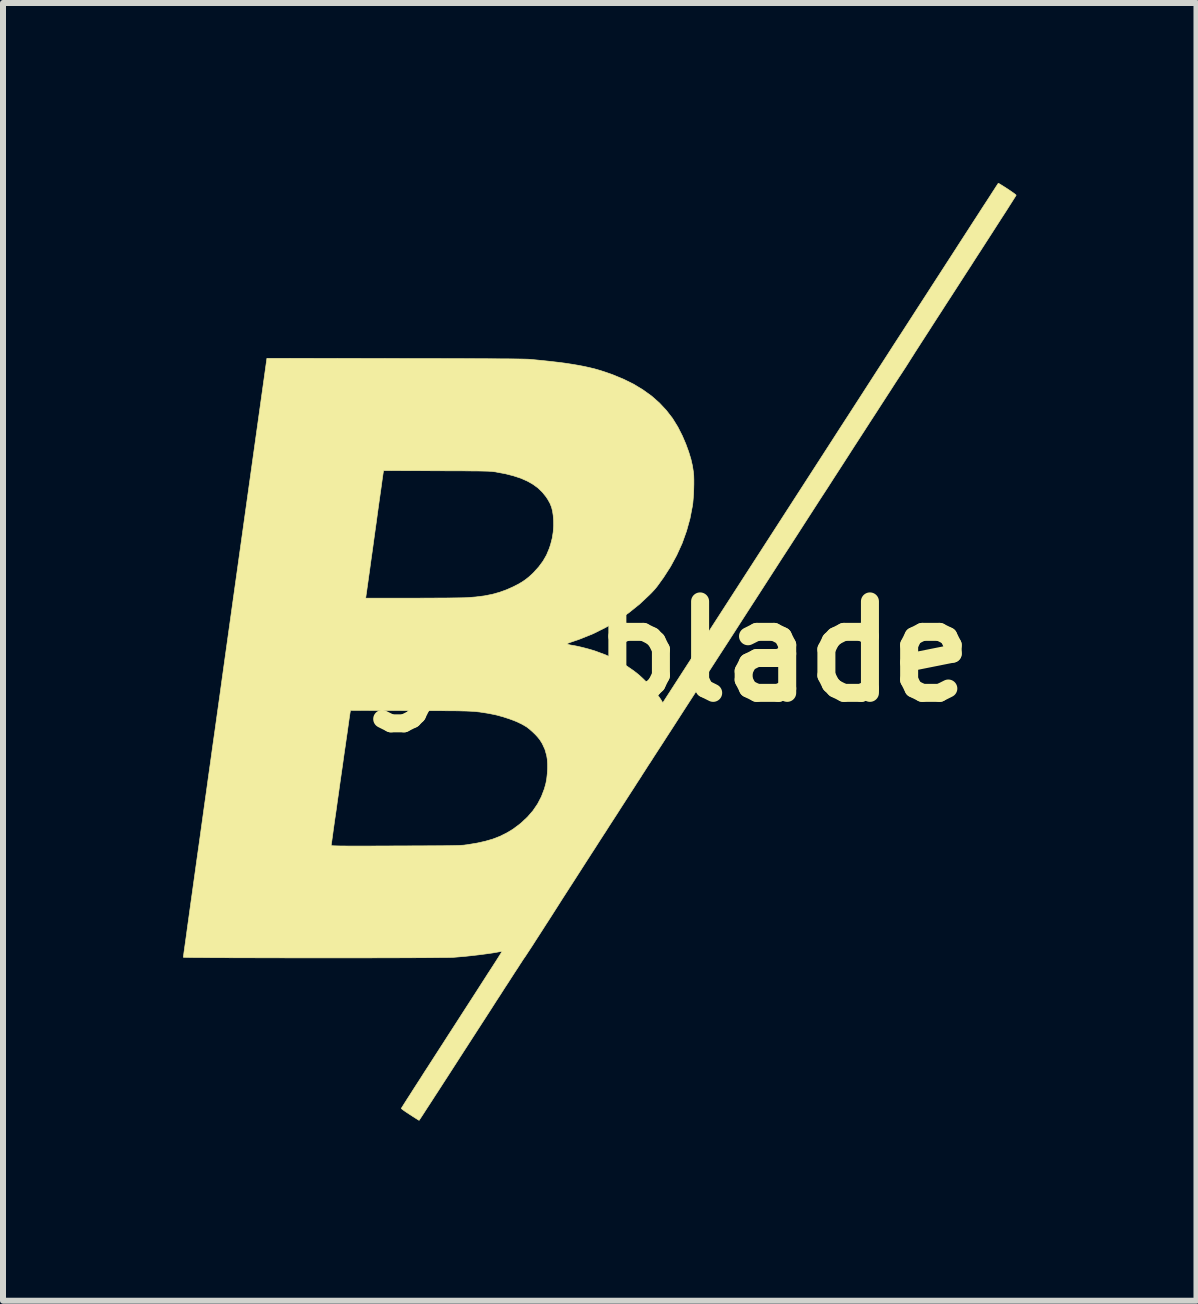
<source format=kicad_pcb>
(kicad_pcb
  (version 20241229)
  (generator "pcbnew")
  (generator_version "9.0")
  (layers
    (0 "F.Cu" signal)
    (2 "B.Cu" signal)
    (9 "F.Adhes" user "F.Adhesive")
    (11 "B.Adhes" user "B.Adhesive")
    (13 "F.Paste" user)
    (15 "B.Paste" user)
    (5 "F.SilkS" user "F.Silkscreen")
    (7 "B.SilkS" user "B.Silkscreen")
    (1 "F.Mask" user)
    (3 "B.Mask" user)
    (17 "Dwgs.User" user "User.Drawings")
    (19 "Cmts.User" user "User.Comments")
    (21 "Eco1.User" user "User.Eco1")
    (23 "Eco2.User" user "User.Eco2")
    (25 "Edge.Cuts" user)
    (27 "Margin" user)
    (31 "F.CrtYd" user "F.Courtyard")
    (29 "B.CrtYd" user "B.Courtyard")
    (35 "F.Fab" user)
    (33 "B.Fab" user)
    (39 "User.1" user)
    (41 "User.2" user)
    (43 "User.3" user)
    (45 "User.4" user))
  (footprint "logo_blade"
    (layer "F.Cu")
    (at 6.948 7.807)
    (property "Reference" "logo_blade" (at 0 0 0) (layer "F.SilkS") (effects (font (size 1.524 1.524) (thickness 0.3))))
    (attr through_hole)
    (fp_poly (pts (xy 6.647 -7.799) (xy 6.667 -7.788) (xy 6.696 -7.77) (xy 6.731 -7.748) (xy 6.77 -7.723) (xy 6.81 -7.697) (xy 6.848 -7.671) (xy 6.883 -7.647) (xy 6.91 -7.627) (xy 6.929 -7.612) (xy 6.936 -7.604) (xy 6.936 -7.604) (xy 6.931 -7.596) (xy 6.918 -7.574) (xy 6.896 -7.54) (xy 6.867 -7.494) (xy 6.83 -7.436) (xy 6.787 -7.368) (xy 6.737 -7.29) (xy 6.681 -7.204) (xy 6.62 -7.109) (xy 6.554 -7.006) (xy 6.483 -6.896) (xy 6.409 -6.781) (xy 6.331 -6.66) (xy 6.25 -6.535) (xy 6.167 -6.405) (xy 6.162 -6.398) (xy 6.05 -6.225) (xy 5.947 -6.065) (xy 5.852 -5.918) (xy 5.765 -5.784) (xy 5.686 -5.661) (xy 5.614 -5.55) (xy 5.549 -5.449) (xy 5.49 -5.357) (xy 5.437 -5.275) (xy 5.39 -5.202) (xy 5.348 -5.137) (xy 5.311 -5.079) (xy 5.278 -5.028) (xy 5.249 -4.983) (xy 5.224 -4.943) (xy 5.202 -4.909) (xy 5.183 -4.879) (xy 5.166 -4.852) (xy 5.151 -4.828) (xy 5.139 -4.809) (xy 5.121 -4.781) (xy 5.096 -4.741) (xy 5.065 -4.694) (xy 5.032 -4.643) (xy 4.997 -4.59) (xy 4.982 -4.568) (xy 4.97 -4.549) (xy 4.949 -4.517) (xy 4.919 -4.471) (xy 4.881 -4.412) (xy 4.836 -4.342) (xy 4.782 -4.259) (xy 4.722 -4.166) (xy 4.654 -4.061) (xy 4.58 -3.946) (xy 4.499 -3.822) (xy 4.413 -3.688) (xy 4.321 -3.546) (xy 4.223 -3.395) (xy 4.121 -3.236) (xy 4.014 -3.07) (xy 3.902 -2.897) (xy 3.787 -2.718) (xy 3.667 -2.534) (xy 3.544 -2.343) (xy 3.418 -2.148) (xy 3.29 -1.949) (xy 3.159 -1.746) (xy 3.025 -1.54) (xy 2.906 -1.355) (xy 2.771 -1.146) (xy 2.639 -0.941) (xy 2.509 -0.74) (xy 2.381 -0.542) (xy 2.257 -0.349) (xy 2.136 -0.161) (xy 2.018 0.021) (xy 1.904 0.197) (xy 1.795 0.366) (xy 1.69 0.529) (xy 1.59 0.684) (xy 1.495 0.831) (xy 1.405 0.97) (xy 1.322 1.099) (xy 1.244 1.22) (xy 1.173 1.33) (xy 1.108 1.43) (xy 1.051 1.519) (xy 1.001 1.596) (xy 0.958 1.662) (xy 0.923 1.716) (xy 0.897 1.756) (xy 0.879 1.784) (xy 0.871 1.797) (xy 0.844 1.839) (xy 0.81 1.89) (xy 0.773 1.948) (xy 0.736 2.006) (xy 0.7 2.061) (xy 0.699 2.064) (xy 0.681 2.092) (xy 0.654 2.134) (xy 0.619 2.187) (xy 0.578 2.252) (xy 0.53 2.326) (xy 0.477 2.408) (xy 0.419 2.498) (xy 0.357 2.594) (xy 0.292 2.696) (xy 0.224 2.801) (xy 0.154 2.909) (xy 0.084 3.019) (xy 0.073 3.035) (xy -0.002 3.151) (xy -0.078 3.27) (xy -0.155 3.389) (xy -0.231 3.507) (xy -0.306 3.624) (xy -0.378 3.736) (xy -0.447 3.844) (xy -0.512 3.944) (xy -0.571 4.036) (xy -0.624 4.118) (xy -0.669 4.189) (xy -0.697 4.233) (xy -0.769 4.346) (xy -0.838 4.454) (xy -0.904 4.556) (xy -0.966 4.653) (xy -1.024 4.743) (xy -1.077 4.825) (xy -1.124 4.899) (xy -1.166 4.963) (xy -1.201 5.016) (xy -1.229 5.059) (xy -1.249 5.089) (xy -1.261 5.106) (xy -1.264 5.109) (xy -1.269 5.118) (xy -1.284 5.139) (xy -1.306 5.174) (xy -1.337 5.221) (xy -1.374 5.279) (xy -1.419 5.347) (xy -1.47 5.426) (xy -1.527 5.515) (xy -1.59 5.611) (xy -1.657 5.716) (xy -1.73 5.828) (xy -1.806 5.947) (xy -1.886 6.071) (xy -1.97 6.201) (xy -2.056 6.334) (xy -2.142 6.467) (xy -2.231 6.605) (xy -2.317 6.738) (xy -2.4 6.867) (xy -2.48 6.991) (xy -2.556 7.109) (xy -2.628 7.22) (xy -2.695 7.324) (xy -2.757 7.419) (xy -2.813 7.506) (xy -2.864 7.584) (xy -2.908 7.652) (xy -2.944 7.708) (xy -2.974 7.754) (xy -2.996 7.787) (xy -3.009 7.807) (xy -3.014 7.814) (xy -3.022 7.809) (xy -3.042 7.797) (xy -3.072 7.778) (xy -3.11 7.754) (xy -3.153 7.726) (xy -3.164 7.719) (xy -3.208 7.69) (xy -3.247 7.664) (xy -3.278 7.642) (xy -3.3 7.625) (xy -3.31 7.616) (xy -3.31 7.615) (xy -3.306 7.607) (xy -3.293 7.586) (xy -3.271 7.551) (xy -3.242 7.505) (xy -3.205 7.447) (xy -3.161 7.379) (xy -3.111 7.3) (xy -3.055 7.213) (xy -2.993 7.117) (xy -2.927 7.013) (xy -2.855 6.902) (xy -2.779 6.784) (xy -2.7 6.661) (xy -2.617 6.533) (xy -2.532 6.4) (xy -2.469 6.303) (xy -2.382 6.168) (xy -2.297 6.036) (xy -2.216 5.91) (xy -2.137 5.788) (xy -2.063 5.673) (xy -1.993 5.564) (xy -1.928 5.463) (xy -1.868 5.369) (xy -1.813 5.285) (xy -1.765 5.21) (xy -1.723 5.145) (xy -1.689 5.091) (xy -1.662 5.048) (xy -1.643 5.018) (xy -1.632 5.001) (xy -1.63 4.997) (xy -1.638 4.998) (xy -1.659 5.001) (xy -1.689 5.006) (xy -1.698 5.008) (xy -1.791 5.024) (xy -1.897 5.039) (xy -2.011 5.054) (xy -2.132 5.068) (xy -2.253 5.081) (xy -2.372 5.091) (xy -2.445 5.097) (xy -2.469 5.098) (xy -2.508 5.099) (xy -2.561 5.1) (xy -2.628 5.1) (xy -2.708 5.101) (xy -2.799 5.102) (xy -2.902 5.103) (xy -3.015 5.103) (xy -3.137 5.104) (xy -3.267 5.104) (xy -3.406 5.105) (xy -3.551 5.105) (xy -3.702 5.105) (xy -3.858 5.106) (xy -4.018 5.106) (xy -4.182 5.106) (xy -4.349 5.106) (xy -4.517 5.106) (xy -4.686 5.106) (xy -4.855 5.106) (xy -5.023 5.106) (xy -5.189 5.106) (xy -5.353 5.105) (xy -5.514 5.105) (xy -5.671 5.105) (xy -5.822 5.104) (xy -5.967 5.104) (xy -6.106 5.104) (xy -6.237 5.103) (xy -6.36 5.102) (xy -6.473 5.102) (xy -6.576 5.101) (xy -6.668 5.1) (xy -6.749 5.1) (xy -6.816 5.099) (xy -6.87 5.098) (xy -6.91 5.097) (xy -6.935 5.096) (xy -6.943 5.095) (xy -6.943 5.095) (xy -6.942 5.086) (xy -6.938 5.061) (xy -6.933 5.02) (xy -6.925 4.963) (xy -6.915 4.892) (xy -6.903 4.806) (xy -6.889 4.706) (xy -6.874 4.593) (xy -6.856 4.466) (xy -6.837 4.327) (xy -6.816 4.176) (xy -6.793 4.013) (xy -6.769 3.839) (xy -6.743 3.654) (xy -6.716 3.459) (xy -6.687 3.254) (xy -6.684 3.233) (xy -4.479 3.233) (xy -4.477 3.234) (xy -4.469 3.236) (xy -4.455 3.237) (xy -4.435 3.238) (xy -4.407 3.239) (xy -4.37 3.24) (xy -4.324 3.241) (xy -4.268 3.241) (xy -4.202 3.242) (xy -4.124 3.242) (xy -4.033 3.242) (xy -3.93 3.242) (xy -3.812 3.242) (xy -3.68 3.241) (xy -3.532 3.241) (xy -3.406 3.24) (xy -3.249 3.24) (xy -3.107 3.239) (xy -2.981 3.239) (xy -2.869 3.238) (xy -2.77 3.238) (xy -2.683 3.237) (xy -2.607 3.237) (xy -2.541 3.236) (xy -2.484 3.235) (xy -2.435 3.234) (xy -2.393 3.233) (xy -2.358 3.232) (xy -2.328 3.231) (xy -2.302 3.229) (xy -2.279 3.228) (xy -2.259 3.226) (xy -2.239 3.223) (xy -2.22 3.221) (xy -2.201 3.218) (xy -2.049 3.193) (xy -1.91 3.162) (xy -1.783 3.125) (xy -1.667 3.08) (xy -1.558 3.026) (xy -1.454 2.964) (xy -1.355 2.891) (xy -1.315 2.859) (xy -1.208 2.759) (xy -1.116 2.653) (xy -1.039 2.54) (xy -0.976 2.419) (xy -0.926 2.288) (xy -0.9 2.193) (xy -0.887 2.121) (xy -0.878 2.04) (xy -0.873 1.956) (xy -0.873 1.872) (xy -0.878 1.795) (xy -0.888 1.733) (xy -0.917 1.631) (xy -0.962 1.534) (xy -1.002 1.47) (xy -1.036 1.428) (xy -1.078 1.382) (xy -1.126 1.336) (xy -1.175 1.293) (xy -1.219 1.259) (xy -1.23 1.252) (xy -1.308 1.207) (xy -1.4 1.164) (xy -1.503 1.125) (xy -1.613 1.089) (xy -1.727 1.058) (xy -1.843 1.034) (xy -1.871 1.029) (xy -1.908 1.023) (xy -1.943 1.018) (xy -1.975 1.013) (xy -2.006 1.008) (xy -2.037 1.005) (xy -2.069 1.001) (xy -2.104 0.998) (xy -2.142 0.996) (xy -2.185 0.994) (xy -2.233 0.992) (xy -2.288 0.991) (xy -2.351 0.989) (xy -2.422 0.988) (xy -2.503 0.988) (xy -2.596 0.987) (xy -2.7 0.986) (xy -2.818 0.986) (xy -2.95 0.985) (xy -3.098 0.985) (xy -3.164 0.985) (xy -4.157 0.981) (xy -4.161 1.001) (xy -4.163 1.012) (xy -4.167 1.038) (xy -4.173 1.079) (xy -4.181 1.132) (xy -4.19 1.198) (xy -4.201 1.274) (xy -4.213 1.36) (xy -4.227 1.454) (xy -4.241 1.555) (xy -4.257 1.662) (xy -4.273 1.774) (xy -4.289 1.89) (xy -4.306 2.007) (xy -4.323 2.126) (xy -4.34 2.244) (xy -4.356 2.362) (xy -4.373 2.477) (xy -4.388 2.588) (xy -4.403 2.694) (xy -4.418 2.794) (xy -4.431 2.887) (xy -4.443 2.971) (xy -4.453 3.046) (xy -4.462 3.11) (xy -4.469 3.162) (xy -4.475 3.2) (xy -4.478 3.224) (xy -4.479 3.233) (xy -6.684 3.233) (xy -6.657 3.039) (xy -6.626 2.816) (xy -6.594 2.584) (xy -6.56 2.344) (xy -6.526 2.097) (xy -6.49 1.842) (xy -6.454 1.581) (xy -6.416 1.314) (xy -6.378 1.041) (xy -6.339 0.763) (xy -6.3 0.48) (xy -6.26 0.193) (xy -6.247 0.099) (xy -6.109 -0.889) (xy -3.905 -0.889) (xy -3.14 -0.889) (xy -3.024 -0.889) (xy -2.909 -0.89) (xy -2.798 -0.89) (xy -2.692 -0.891) (xy -2.592 -0.891) (xy -2.501 -0.892) (xy -2.419 -0.893) (xy -2.348 -0.894) (xy -2.29 -0.895) (xy -2.246 -0.896) (xy -2.223 -0.897) (xy -2.068 -0.909) (xy -1.926 -0.927) (xy -1.795 -0.953) (xy -1.672 -0.987) (xy -1.554 -1.03) (xy -1.444 -1.079) (xy -1.364 -1.12) (xy -1.297 -1.159) (xy -1.237 -1.2) (xy -1.181 -1.245) (xy -1.124 -1.297) (xy -1.105 -1.316) (xy -1.019 -1.411) (xy -0.948 -1.507) (xy -0.89 -1.608) (xy -0.844 -1.718) (xy -0.822 -1.785) (xy -0.795 -1.89) (xy -0.779 -1.992) (xy -0.772 -2.096) (xy -0.773 -2.18) (xy -0.779 -2.266) (xy -0.79 -2.34) (xy -0.807 -2.406) (xy -0.832 -2.468) (xy -0.867 -2.531) (xy -0.897 -2.577) (xy -0.959 -2.654) (xy -1.031 -2.724) (xy -1.114 -2.785) (xy -1.209 -2.839) (xy -1.317 -2.887) (xy -1.439 -2.927) (xy -1.575 -2.962) (xy -1.726 -2.99) (xy -1.727 -2.991) (xy -1.746 -2.994) (xy -1.764 -2.996) (xy -1.782 -2.998) (xy -1.802 -3.001) (xy -1.825 -3.002) (xy -1.851 -3.004) (xy -1.882 -3.005) (xy -1.919 -3.006) (xy -1.963 -3.007) (xy -2.015 -3.008) (xy -2.076 -3.009) (xy -2.147 -3.009) (xy -2.229 -3.01) (xy -2.324 -3.011) (xy -2.432 -3.011) (xy -2.555 -3.011) (xy -2.693 -3.012) (xy -2.723 -3.012) (xy -3.605 -3.015) (xy -3.61 -2.991) (xy -3.612 -2.98) (xy -3.616 -2.953) (xy -3.622 -2.911) (xy -3.63 -2.856) (xy -3.639 -2.788) (xy -3.65 -2.709) (xy -3.663 -2.619) (xy -3.677 -2.52) (xy -3.692 -2.412) (xy -3.708 -2.298) (xy -3.724 -2.177) (xy -3.742 -2.05) (xy -3.755 -1.956) (xy -3.773 -1.826) (xy -3.79 -1.701) (xy -3.807 -1.582) (xy -3.823 -1.469) (xy -3.837 -1.363) (xy -3.851 -1.266) (xy -3.863 -1.179) (xy -3.874 -1.102) (xy -3.883 -1.037) (xy -3.89 -0.985) (xy -3.896 -0.947) (xy -3.899 -0.923) (xy -3.9 -0.917) (xy -3.905 -0.889) (xy -6.109 -0.889) (xy -5.55 -4.886) (xy -3.421 -4.883) (xy -3.174 -4.882) (xy -2.945 -4.882) (xy -2.731 -4.882) (xy -2.533 -4.881) (xy -2.351 -4.881) (xy -2.183 -4.88) (xy -2.03 -4.879) (xy -1.891 -4.879) (xy -1.765 -4.878) (xy -1.653 -4.877) (xy -1.554 -4.877) (xy -1.467 -4.876) (xy -1.392 -4.875) (xy -1.329 -4.874) (xy -1.277 -4.873) (xy -1.236 -4.872) (xy -1.206 -4.871) (xy -1.185 -4.87) (xy -1.181 -4.87) (xy -1.012 -4.854) (xy -0.858 -4.838) (xy -0.718 -4.822) (xy -0.59 -4.806) (xy -0.473 -4.788) (xy -0.365 -4.77) (xy -0.265 -4.751) (xy -0.171 -4.73) (xy -0.081 -4.708) (xy 0.006 -4.683) (xy 0.092 -4.655) (xy 0.178 -4.625) (xy 0.209 -4.614) (xy 0.393 -4.538) (xy 0.563 -4.454) (xy 0.719 -4.359) (xy 0.862 -4.256) (xy 0.99 -4.143) (xy 1.106 -4.019) (xy 1.209 -3.886) (xy 1.298 -3.742) (xy 1.373 -3.594) (xy 1.432 -3.456) (xy 1.479 -3.327) (xy 1.516 -3.206) (xy 1.542 -3.092) (xy 1.558 -2.987) (xy 1.563 -2.932) (xy 1.565 -2.863) (xy 1.565 -2.787) (xy 1.563 -2.705) (xy 1.56 -2.623) (xy 1.554 -2.545) (xy 1.548 -2.474) (xy 1.542 -2.43) (xy 1.501 -2.217) (xy 1.443 -2.008) (xy 1.37 -1.804) (xy 1.28 -1.606) (xy 1.176 -1.414) (xy 1.057 -1.229) (xy 1.045 -1.213) (xy 1.007 -1.16) (xy 0.977 -1.118) (xy 0.952 -1.084) (xy 0.93 -1.057) (xy 0.909 -1.032) (xy 0.886 -1.007) (xy 0.86 -0.979) (xy 0.828 -0.947) (xy 0.826 -0.945) (xy 0.66 -0.789) (xy 0.483 -0.647) (xy 0.295 -0.517) (xy 0.098 -0.402) (xy -0.108 -0.299) (xy -0.322 -0.212) (xy -0.445 -0.169) (xy -0.48 -0.157) (xy -0.511 -0.146) (xy -0.531 -0.138) (xy -0.538 -0.134) (xy -0.54 -0.124) (xy -0.526 -0.116) (xy -0.496 -0.109) (xy -0.479 -0.106) (xy -0.435 -0.099) (xy -0.379 -0.088) (xy -0.314 -0.073) (xy -0.246 -0.056) (xy -0.179 -0.038) (xy -0.115 -0.019) (xy -0.089 -0.011) (xy 0.09 0.055) (xy 0.26 0.133) (xy 0.419 0.223) (xy 0.567 0.325) (xy 0.637 0.38) (xy 0.701 0.437) (xy 0.767 0.501) (xy 0.832 0.57) (xy 0.893 0.639) (xy 0.948 0.707) (xy 0.994 0.77) (xy 1.018 0.806) (xy 1.047 0.855) (xy 3.84 -3.472) (xy 3.999 -3.719) (xy 4.157 -3.963) (xy 4.312 -4.203) (xy 4.464 -4.439) (xy 4.613 -4.67) (xy 4.759 -4.896) (xy 4.901 -5.117) (xy 5.04 -5.331) (xy 5.175 -5.54) (xy 5.305 -5.742) (xy 5.431 -5.936) (xy 5.552 -6.124) (xy 5.668 -6.303) (xy 5.779 -6.475) (xy 5.884 -6.637) (xy 5.983 -6.791) (xy 6.077 -6.936) (xy 6.164 -7.071) (xy 6.244 -7.195) (xy 6.318 -7.309) (xy 6.385 -7.413) (xy 6.445 -7.505) (xy 6.497 -7.585) (xy 6.541 -7.654) (xy 6.577 -7.709) (xy 6.605 -7.753) (xy 6.625 -7.782) (xy 6.635 -7.799) (xy 6.638 -7.802) (xy 6.647 -7.799)) (stroke (width 0.01) (type solid)) (fill yes) (layer "F.SilkS")))
  (gr_rect
    (start -3 -3)
    (end 16.889 18.626)
    (stroke (width 0.1) (type default))
    (fill no)
    (layer "Edge.Cuts")))
</source>
